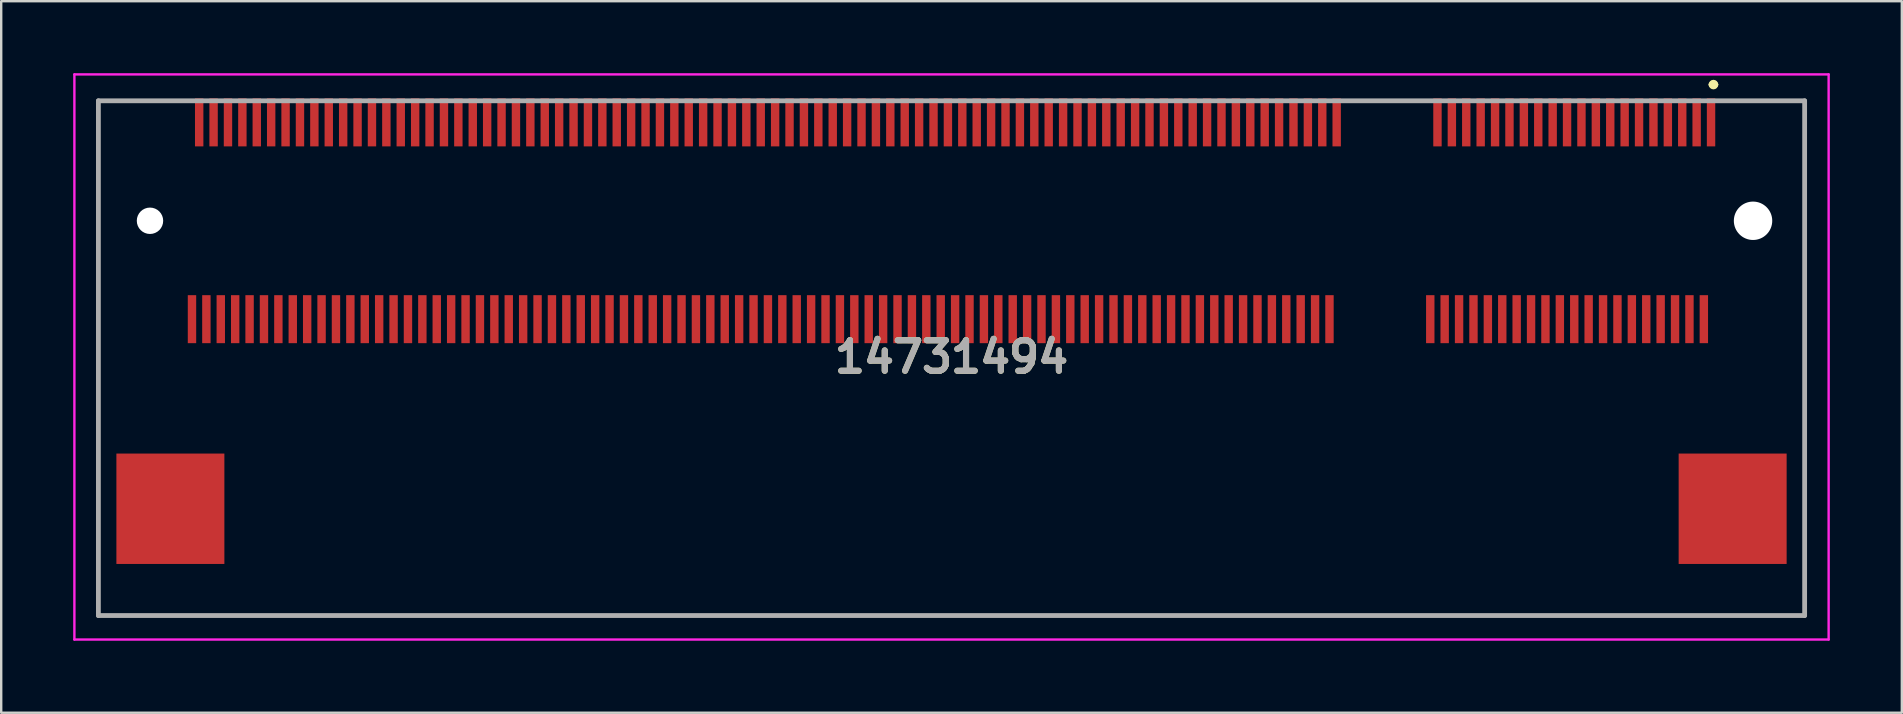
<source format=kicad_pcb>
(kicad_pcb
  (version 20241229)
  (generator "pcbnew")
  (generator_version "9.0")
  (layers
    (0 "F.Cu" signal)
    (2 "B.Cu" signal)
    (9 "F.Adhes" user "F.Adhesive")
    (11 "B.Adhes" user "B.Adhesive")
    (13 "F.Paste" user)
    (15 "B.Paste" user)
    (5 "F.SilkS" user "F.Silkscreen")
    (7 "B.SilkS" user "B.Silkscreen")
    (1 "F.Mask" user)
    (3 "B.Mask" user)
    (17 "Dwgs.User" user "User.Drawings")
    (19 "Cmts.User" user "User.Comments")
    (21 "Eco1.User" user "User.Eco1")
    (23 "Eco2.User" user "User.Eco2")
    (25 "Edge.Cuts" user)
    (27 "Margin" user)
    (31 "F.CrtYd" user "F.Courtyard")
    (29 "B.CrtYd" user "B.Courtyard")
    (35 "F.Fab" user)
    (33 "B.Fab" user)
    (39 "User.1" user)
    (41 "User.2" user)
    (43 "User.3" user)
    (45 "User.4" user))
  (footprint "14731494"
    (layer "F.Cu")
    (at 36.6 11.875)
    (property "Reference" "14731494" (at 0 -0.05 0) (layer "F.SilkS") (effects (font (size 1.27 1.27) (thickness 0.254))))
    (attr through_hole)
    (fp_line (start -35.55 -10.725) (end -33 -10.725) (stroke (width 0.1) (type solid)) (layer "F.SilkS"))
    (fp_line (start -35.55 10.725) (end -35.55 -10.725) (stroke (width 0.1) (type solid)) (layer "F.SilkS"))
    (fp_line (start 31.65 -11.4) (end 31.65 -11.4) (stroke (width 0.2) (type solid)) (layer "F.SilkS"))
    (fp_line (start 31.85 -11.4) (end 31.85 -11.4) (stroke (width 0.2) (type solid)) (layer "F.SilkS"))
    (fp_line (start 33 -10.725) (end 35.55 -10.725) (stroke (width 0.1) (type solid)) (layer "F.SilkS"))
    (fp_line (start 35.55 -10.725) (end 35.55 10.725) (stroke (width 0.1) (type solid)) (layer "F.SilkS"))
    (fp_line (start 35.55 10.725) (end -35.55 10.725) (stroke (width 0.1) (type solid)) (layer "F.SilkS"))
    (fp_arc (start 31.65 -11.4) (mid 31.75 -11.5) (end 31.85 -11.4) (stroke (width 0.2) (type solid)) (layer "F.SilkS"))
    (fp_arc (start 31.85 -11.4) (mid 31.75 -11.3) (end 31.65 -11.4) (stroke (width 0.2) (type solid)) (layer "F.SilkS"))
    (fp_line (start -36.55 -11.825) (end 36.55 -11.825) (stroke (width 0.1) (type solid)) (layer "F.CrtYd"))
    (fp_line (start -36.55 11.725) (end -36.55 -11.825) (stroke (width 0.1) (type solid)) (layer "F.CrtYd"))
    (fp_line (start 36.55 -11.825) (end 36.55 11.725) (stroke (width 0.1) (type solid)) (layer "F.CrtYd"))
    (fp_line (start 36.55 11.725) (end -36.55 11.725) (stroke (width 0.1) (type solid)) (layer "F.CrtYd"))
    (fp_line (start -35.55 -10.725) (end 35.55 -10.725) (stroke (width 0.2) (type solid)) (layer "F.Fab"))
    (fp_line (start -35.55 10.725) (end -35.55 -10.725) (stroke (width 0.2) (type solid)) (layer "F.Fab"))
    (fp_line (start 35.55 -10.725) (end 35.55 10.725) (stroke (width 0.2) (type solid)) (layer "F.Fab"))
    (fp_line (start 35.55 10.725) (end -35.55 10.725) (stroke (width 0.2) (type solid)) (layer "F.Fab"))
    (fp_text user "${REFERENCE}" (at 0 -0.05 0) (layer "F.Fab") (effects (font (size 1.27 1.27) (thickness 0.254))))
    (pad "" np_thru_hole circle (at -33.4 -5.725) (size 1.1 1.1) (drill 1.1) (layers "*.Cu" "*.Mask"))
    (pad "" np_thru_hole circle (at 33.4 -5.725) (size 1.6 1.6) (drill 1.6) (layers "*.Cu" "*.Mask"))
    (pad "1" smd rect (at 31.65 -9.825) (size 0.35 2) (layers "F.Cu" "F.Mask" "F.Paste"))
    (pad "2" smd rect (at 31.35 -1.625) (size 0.35 2) (layers "F.Cu" "F.Mask" "F.Paste"))
    (pad "3" smd rect (at 31.05 -9.825) (size 0.35 2) (layers "F.Cu" "F.Mask" "F.Paste"))
    (pad "4" smd rect (at 30.75 -1.625) (size 0.35 2) (layers "F.Cu" "F.Mask" "F.Paste"))
    (pad "5" smd rect (at 30.45 -9.825) (size 0.35 2) (layers "F.Cu" "F.Mask" "F.Paste"))
    (pad "6" smd rect (at 30.15 -1.625) (size 0.35 2) (layers "F.Cu" "F.Mask" "F.Paste"))
    (pad "7" smd rect (at 29.85 -9.825) (size 0.35 2) (layers "F.Cu" "F.Mask" "F.Paste"))
    (pad "8" smd rect (at 29.55 -1.625) (size 0.35 2) (layers "F.Cu" "F.Mask" "F.Paste"))
    (pad "9" smd rect (at 29.25 -9.825) (size 0.35 2) (layers "F.Cu" "F.Mask" "F.Paste"))
    (pad "10" smd rect (at 28.95 -1.625) (size 0.35 2) (layers "F.Cu" "F.Mask" "F.Paste"))
    (pad "11" smd rect (at 28.65 -9.825) (size 0.35 2) (layers "F.Cu" "F.Mask" "F.Paste"))
    (pad "12" smd rect (at 28.35 -1.625) (size 0.35 2) (layers "F.Cu" "F.Mask" "F.Paste"))
    (pad "13" smd rect (at 28.05 -9.825) (size 0.35 2) (layers "F.Cu" "F.Mask" "F.Paste"))
    (pad "14" smd rect (at 27.75 -1.625) (size 0.35 2) (layers "F.Cu" "F.Mask" "F.Paste"))
    (pad "15" smd rect (at 27.45 -9.825) (size 0.35 2) (layers "F.Cu" "F.Mask" "F.Paste"))
    (pad "16" smd rect (at 27.15 -1.625) (size 0.35 2) (layers "F.Cu" "F.Mask" "F.Paste"))
    (pad "17" smd rect (at 26.85 -9.825) (size 0.35 2) (layers "F.Cu" "F.Mask" "F.Paste"))
    (pad "18" smd rect (at 26.55 -1.625) (size 0.35 2) (layers "F.Cu" "F.Mask" "F.Paste"))
    (pad "19" smd rect (at 26.25 -9.825) (size 0.35 2) (layers "F.Cu" "F.Mask" "F.Paste"))
    (pad "20" smd rect (at 25.95 -1.625) (size 0.35 2) (layers "F.Cu" "F.Mask" "F.Paste"))
    (pad "21" smd rect (at 25.65 -9.825) (size 0.35 2) (layers "F.Cu" "F.Mask" "F.Paste"))
    (pad "22" smd rect (at 25.35 -1.625) (size 0.35 2) (layers "F.Cu" "F.Mask" "F.Paste"))
    (pad "23" smd rect (at 25.05 -9.825) (size 0.35 2) (layers "F.Cu" "F.Mask" "F.Paste"))
    (pad "24" smd rect (at 24.75 -1.625) (size 0.35 2) (layers "F.Cu" "F.Mask" "F.Paste"))
    (pad "25" smd rect (at 24.45 -9.825) (size 0.35 2) (layers "F.Cu" "F.Mask" "F.Paste"))
    (pad "26" smd rect (at 24.15 -1.625) (size 0.35 2) (layers "F.Cu" "F.Mask" "F.Paste"))
    (pad "27" smd rect (at 23.85 -9.825) (size 0.35 2) (layers "F.Cu" "F.Mask" "F.Paste"))
    (pad "28" smd rect (at 23.55 -1.625) (size 0.35 2) (layers "F.Cu" "F.Mask" "F.Paste"))
    (pad "29" smd rect (at 23.25 -9.825) (size 0.35 2) (layers "F.Cu" "F.Mask" "F.Paste"))
    (pad "30" smd rect (at 22.95 -1.625) (size 0.35 2) (layers "F.Cu" "F.Mask" "F.Paste"))
    (pad "31" smd rect (at 22.65 -9.825) (size 0.35 2) (layers "F.Cu" "F.Mask" "F.Paste"))
    (pad "32" smd rect (at 22.35 -1.625) (size 0.35 2) (layers "F.Cu" "F.Mask" "F.Paste"))
    (pad "33" smd rect (at 22.05 -9.825) (size 0.35 2) (layers "F.Cu" "F.Mask" "F.Paste"))
    (pad "34" smd rect (at 21.75 -1.625) (size 0.35 2) (layers "F.Cu" "F.Mask" "F.Paste"))
    (pad "35" smd rect (at 21.45 -9.825) (size 0.35 2) (layers "F.Cu" "F.Mask" "F.Paste"))
    (pad "36" smd rect (at 21.15 -1.625) (size 0.35 2) (layers "F.Cu" "F.Mask" "F.Paste"))
    (pad "37" smd rect (at 20.85 -9.825) (size 0.35 2) (layers "F.Cu" "F.Mask" "F.Paste"))
    (pad "38" smd rect (at 20.55 -1.625) (size 0.35 2) (layers "F.Cu" "F.Mask" "F.Paste"))
    (pad "39" smd rect (at 20.25 -9.825) (size 0.35 2) (layers "F.Cu" "F.Mask" "F.Paste"))
    (pad "40" smd rect (at 19.95 -1.625) (size 0.35 2) (layers "F.Cu" "F.Mask" "F.Paste"))
    (pad "41" smd rect (at 16.05 -9.825) (size 0.35 2) (layers "F.Cu" "F.Mask" "F.Paste"))
    (pad "42" smd rect (at 15.75 -1.625) (size 0.35 2) (layers "F.Cu" "F.Mask" "F.Paste"))
    (pad "43" smd rect (at 15.45 -9.825) (size 0.35 2) (layers "F.Cu" "F.Mask" "F.Paste"))
    (pad "44" smd rect (at 15.15 -1.625) (size 0.35 2) (layers "F.Cu" "F.Mask" "F.Paste"))
    (pad "45" smd rect (at 14.85 -9.825) (size 0.35 2) (layers "F.Cu" "F.Mask" "F.Paste"))
    (pad "46" smd rect (at 14.55 -1.625) (size 0.35 2) (layers "F.Cu" "F.Mask" "F.Paste"))
    (pad "47" smd rect (at 14.25 -9.825) (size 0.35 2) (layers "F.Cu" "F.Mask" "F.Paste"))
    (pad "48" smd rect (at 13.95 -1.625) (size 0.35 2) (layers "F.Cu" "F.Mask" "F.Paste"))
    (pad "49" smd rect (at 13.65 -9.825) (size 0.35 2) (layers "F.Cu" "F.Mask" "F.Paste"))
    (pad "50" smd rect (at 13.35 -1.625) (size 0.35 2) (layers "F.Cu" "F.Mask" "F.Paste"))
    (pad "51" smd rect (at 13.05 -9.825) (size 0.35 2) (layers "F.Cu" "F.Mask" "F.Paste"))
    (pad "52" smd rect (at 12.75 -1.625) (size 0.35 2) (layers "F.Cu" "F.Mask" "F.Paste"))
    (pad "53" smd rect (at 12.45 -9.825) (size 0.35 2) (layers "F.Cu" "F.Mask" "F.Paste"))
    (pad "54" smd rect (at 12.15 -1.625) (size 0.35 2) (layers "F.Cu" "F.Mask" "F.Paste"))
    (pad "55" smd rect (at 11.85 -9.825) (size 0.35 2) (layers "F.Cu" "F.Mask" "F.Paste"))
    (pad "56" smd rect (at 11.55 -1.625) (size 0.35 2) (layers "F.Cu" "F.Mask" "F.Paste"))
    (pad "57" smd rect (at 11.25 -9.825) (size 0.35 2) (layers "F.Cu" "F.Mask" "F.Paste"))
    (pad "58" smd rect (at 10.95 -1.625) (size 0.35 2) (layers "F.Cu" "F.Mask" "F.Paste"))
    (pad "59" smd rect (at 10.65 -9.825) (size 0.35 2) (layers "F.Cu" "F.Mask" "F.Paste"))
    (pad "60" smd rect (at 10.35 -1.625) (size 0.35 2) (layers "F.Cu" "F.Mask" "F.Paste"))
    (pad "61" smd rect (at 10.05 -9.825) (size 0.35 2) (layers "F.Cu" "F.Mask" "F.Paste"))
    (pad "62" smd rect (at 9.75 -1.625) (size 0.35 2) (layers "F.Cu" "F.Mask" "F.Paste"))
    (pad "63" smd rect (at 9.45 -9.825) (size 0.35 2) (layers "F.Cu" "F.Mask" "F.Paste"))
    (pad "64" smd rect (at 9.15 -1.625) (size 0.35 2) (layers "F.Cu" "F.Mask" "F.Paste"))
    (pad "65" smd rect (at 8.85 -9.825) (size 0.35 2) (layers "F.Cu" "F.Mask" "F.Paste"))
    (pad "66" smd rect (at 8.55 -1.625) (size 0.35 2) (layers "F.Cu" "F.Mask" "F.Paste"))
    (pad "67" smd rect (at 8.25 -9.825) (size 0.35 2) (layers "F.Cu" "F.Mask" "F.Paste"))
    (pad "68" smd rect (at 7.95 -1.625) (size 0.35 2) (layers "F.Cu" "F.Mask" "F.Paste"))
    (pad "69" smd rect (at 7.65 -9.825) (size 0.35 2) (layers "F.Cu" "F.Mask" "F.Paste"))
    (pad "70" smd rect (at 7.35 -1.625) (size 0.35 2) (layers "F.Cu" "F.Mask" "F.Paste"))
    (pad "71" smd rect (at 7.05 -9.825) (size 0.35 2) (layers "F.Cu" "F.Mask" "F.Paste"))
    (pad "72" smd rect (at 6.75 -1.625) (size 0.35 2) (layers "F.Cu" "F.Mask" "F.Paste"))
    (pad "73" smd rect (at 6.45 -9.825) (size 0.35 2) (layers "F.Cu" "F.Mask" "F.Paste"))
    (pad "74" smd rect (at 6.15 -1.625) (size 0.35 2) (layers "F.Cu" "F.Mask" "F.Paste"))
    (pad "75" smd rect (at 5.85 -9.825) (size 0.35 2) (layers "F.Cu" "F.Mask" "F.Paste"))
    (pad "76" smd rect (at 5.55 -1.625) (size 0.35 2) (layers "F.Cu" "F.Mask" "F.Paste"))
    (pad "77" smd rect (at 5.25 -9.825) (size 0.35 2) (layers "F.Cu" "F.Mask" "F.Paste"))
    (pad "78" smd rect (at 4.95 -1.625) (size 0.35 2) (layers "F.Cu" "F.Mask" "F.Paste"))
    (pad "79" smd rect (at 4.65 -9.825) (size 0.35 2) (layers "F.Cu" "F.Mask" "F.Paste"))
    (pad "80" smd rect (at 4.35 -1.625) (size 0.35 2) (layers "F.Cu" "F.Mask" "F.Paste"))
    (pad "81" smd rect (at 4.05 -9.825) (size 0.35 2) (layers "F.Cu" "F.Mask" "F.Paste"))
    (pad "82" smd rect (at 3.75 -1.625) (size 0.35 2) (layers "F.Cu" "F.Mask" "F.Paste"))
    (pad "83" smd rect (at 3.45 -9.825) (size 0.35 2) (layers "F.Cu" "F.Mask" "F.Paste"))
    (pad "84" smd rect (at 3.15 -1.625) (size 0.35 2) (layers "F.Cu" "F.Mask" "F.Paste"))
    (pad "85" smd rect (at 2.85 -9.825) (size 0.35 2) (layers "F.Cu" "F.Mask" "F.Paste"))
    (pad "86" smd rect (at 2.55 -1.625) (size 0.35 2) (layers "F.Cu" "F.Mask" "F.Paste"))
    (pad "87" smd rect (at 2.25 -9.825) (size 0.35 2) (layers "F.Cu" "F.Mask" "F.Paste"))
    (pad "88" smd rect (at 1.95 -1.625) (size 0.35 2) (layers "F.Cu" "F.Mask" "F.Paste"))
    (pad "89" smd rect (at 1.65 -9.825) (size 0.35 2) (layers "F.Cu" "F.Mask" "F.Paste"))
    (pad "90" smd rect (at 1.35 -1.625) (size 0.35 2) (layers "F.Cu" "F.Mask" "F.Paste"))
    (pad "91" smd rect (at 1.05 -9.825) (size 0.35 2) (layers "F.Cu" "F.Mask" "F.Paste"))
    (pad "92" smd rect (at 0.75 -1.625) (size 0.35 2) (layers "F.Cu" "F.Mask" "F.Paste"))
    (pad "93" smd rect (at 0.45 -9.825) (size 0.35 2) (layers "F.Cu" "F.Mask" "F.Paste"))
    (pad "94" smd rect (at 0.15 -1.625) (size 0.35 2) (layers "F.Cu" "F.Mask" "F.Paste"))
    (pad "95" smd rect (at -0.15 -9.825) (size 0.35 2) (layers "F.Cu" "F.Mask" "F.Paste"))
    (pad "96" smd rect (at -0.45 -1.625) (size 0.35 2) (layers "F.Cu" "F.Mask" "F.Paste"))
    (pad "97" smd rect (at -0.75 -9.825) (size 0.35 2) (layers "F.Cu" "F.Mask" "F.Paste"))
    (pad "98" smd rect (at -1.05 -1.625) (size 0.35 2) (layers "F.Cu" "F.Mask" "F.Paste"))
    (pad "99" smd rect (at -1.35 -9.825) (size 0.35 2) (layers "F.Cu" "F.Mask" "F.Paste"))
    (pad "100" smd rect (at -1.65 -1.625) (size 0.35 2) (layers "F.Cu" "F.Mask" "F.Paste"))
    (pad "101" smd rect (at -1.95 -9.825) (size 0.35 2) (layers "F.Cu" "F.Mask" "F.Paste"))
    (pad "102" smd rect (at -2.25 -1.625) (size 0.35 2) (layers "F.Cu" "F.Mask" "F.Paste"))
    (pad "103" smd rect (at -2.55 -9.825) (size 0.35 2) (layers "F.Cu" "F.Mask" "F.Paste"))
    (pad "104" smd rect (at -2.85 -1.625) (size 0.35 2) (layers "F.Cu" "F.Mask" "F.Paste"))
    (pad "105" smd rect (at -3.15 -9.825) (size 0.35 2) (layers "F.Cu" "F.Mask" "F.Paste"))
    (pad "106" smd rect (at -3.45 -1.625) (size 0.35 2) (layers "F.Cu" "F.Mask" "F.Paste"))
    (pad "107" smd rect (at -3.75 -9.825) (size 0.35 2) (layers "F.Cu" "F.Mask" "F.Paste"))
    (pad "108" smd rect (at -4.05 -1.625) (size 0.35 2) (layers "F.Cu" "F.Mask" "F.Paste"))
    (pad "109" smd rect (at -4.35 -9.825) (size 0.35 2) (layers "F.Cu" "F.Mask" "F.Paste"))
    (pad "110" smd rect (at -4.65 -1.625) (size 0.35 2) (layers "F.Cu" "F.Mask" "F.Paste"))
    (pad "111" smd rect (at -4.95 -9.825) (size 0.35 2) (layers "F.Cu" "F.Mask" "F.Paste"))
    (pad "112" smd rect (at -5.25 -1.625) (size 0.35 2) (layers "F.Cu" "F.Mask" "F.Paste"))
    (pad "113" smd rect (at -5.55 -9.825) (size 0.35 2) (layers "F.Cu" "F.Mask" "F.Paste"))
    (pad "114" smd rect (at -5.85 -1.625) (size 0.35 2) (layers "F.Cu" "F.Mask" "F.Paste"))
    (pad "115" smd rect (at -6.15 -9.825) (size 0.35 2) (layers "F.Cu" "F.Mask" "F.Paste"))
    (pad "116" smd rect (at -6.45 -1.625) (size 0.35 2) (layers "F.Cu" "F.Mask" "F.Paste"))
    (pad "117" smd rect (at -6.75 -9.825) (size 0.35 2) (layers "F.Cu" "F.Mask" "F.Paste"))
    (pad "118" smd rect (at -7.05 -1.625) (size 0.35 2) (layers "F.Cu" "F.Mask" "F.Paste"))
    (pad "119" smd rect (at -7.35 -9.825) (size 0.35 2) (layers "F.Cu" "F.Mask" "F.Paste"))
    (pad "120" smd rect (at -7.65 -1.625) (size 0.35 2) (layers "F.Cu" "F.Mask" "F.Paste"))
    (pad "121" smd rect (at -7.95 -9.825) (size 0.35 2) (layers "F.Cu" "F.Mask" "F.Paste"))
    (pad "122" smd rect (at -8.25 -1.625) (size 0.35 2) (layers "F.Cu" "F.Mask" "F.Paste"))
    (pad "123" smd rect (at -8.55 -9.825) (size 0.35 2) (layers "F.Cu" "F.Mask" "F.Paste"))
    (pad "124" smd rect (at -8.85 -1.625) (size 0.35 2) (layers "F.Cu" "F.Mask" "F.Paste"))
    (pad "125" smd rect (at -9.15 -9.825) (size 0.35 2) (layers "F.Cu" "F.Mask" "F.Paste"))
    (pad "126" smd rect (at -9.45 -1.625) (size 0.35 2) (layers "F.Cu" "F.Mask" "F.Paste"))
    (pad "127" smd rect (at -9.75 -9.825) (size 0.35 2) (layers "F.Cu" "F.Mask" "F.Paste"))
    (pad "128" smd rect (at -10.05 -1.625) (size 0.35 2) (layers "F.Cu" "F.Mask" "F.Paste"))
    (pad "129" smd rect (at -10.35 -9.825) (size 0.35 2) (layers "F.Cu" "F.Mask" "F.Paste"))
    (pad "130" smd rect (at -10.65 -1.625) (size 0.35 2) (layers "F.Cu" "F.Mask" "F.Paste"))
    (pad "131" smd rect (at -10.95 -9.825) (size 0.35 2) (layers "F.Cu" "F.Mask" "F.Paste"))
    (pad "132" smd rect (at -11.25 -1.625) (size 0.35 2) (layers "F.Cu" "F.Mask" "F.Paste"))
    (pad "133" smd rect (at -11.55 -9.825) (size 0.35 2) (layers "F.Cu" "F.Mask" "F.Paste"))
    (pad "134" smd rect (at -11.85 -1.625) (size 0.35 2) (layers "F.Cu" "F.Mask" "F.Paste"))
    (pad "135" smd rect (at -12.15 -9.825) (size 0.35 2) (layers "F.Cu" "F.Mask" "F.Paste"))
    (pad "136" smd rect (at -12.45 -1.625) (size 0.35 2) (layers "F.Cu" "F.Mask" "F.Paste"))
    (pad "137" smd rect (at -12.75 -9.825) (size 0.35 2) (layers "F.Cu" "F.Mask" "F.Paste"))
    (pad "138" smd rect (at -13.05 -1.625) (size 0.35 2) (layers "F.Cu" "F.Mask" "F.Paste"))
    (pad "139" smd rect (at -13.35 -9.825) (size 0.35 2) (layers "F.Cu" "F.Mask" "F.Paste"))
    (pad "140" smd rect (at -13.65 -1.625) (size 0.35 2) (layers "F.Cu" "F.Mask" "F.Paste"))
    (pad "141" smd rect (at -13.95 -9.825) (size 0.35 2) (layers "F.Cu" "F.Mask" "F.Paste"))
    (pad "142" smd rect (at -14.25 -1.625) (size 0.35 2) (layers "F.Cu" "F.Mask" "F.Paste"))
    (pad "143" smd rect (at -14.55 -9.825) (size 0.35 2) (layers "F.Cu" "F.Mask" "F.Paste"))
    (pad "144" smd rect (at -14.85 -1.625) (size 0.35 2) (layers "F.Cu" "F.Mask" "F.Paste"))
    (pad "145" smd rect (at -15.15 -9.825) (size 0.35 2) (layers "F.Cu" "F.Mask" "F.Paste"))
    (pad "146" smd rect (at -15.45 -1.625) (size 0.35 2) (layers "F.Cu" "F.Mask" "F.Paste"))
    (pad "147" smd rect (at -15.75 -9.825) (size 0.35 2) (layers "F.Cu" "F.Mask" "F.Paste"))
    (pad "148" smd rect (at -16.05 -1.625) (size 0.35 2) (layers "F.Cu" "F.Mask" "F.Paste"))
    (pad "149" smd rect (at -16.35 -9.825) (size 0.35 2) (layers "F.Cu" "F.Mask" "F.Paste"))
    (pad "150" smd rect (at -16.65 -1.625) (size 0.35 2) (layers "F.Cu" "F.Mask" "F.Paste"))
    (pad "151" smd rect (at -16.95 -9.825) (size 0.35 2) (layers "F.Cu" "F.Mask" "F.Paste"))
    (pad "152" smd rect (at -17.25 -1.625) (size 0.35 2) (layers "F.Cu" "F.Mask" "F.Paste"))
    (pad "153" smd rect (at -17.55 -9.825) (size 0.35 2) (layers "F.Cu" "F.Mask" "F.Paste"))
    (pad "154" smd rect (at -17.85 -1.625) (size 0.35 2) (layers "F.Cu" "F.Mask" "F.Paste"))
    (pad "155" smd rect (at -18.15 -9.825) (size 0.35 2) (layers "F.Cu" "F.Mask" "F.Paste"))
    (pad "156" smd rect (at -18.45 -1.625) (size 0.35 2) (layers "F.Cu" "F.Mask" "F.Paste"))
    (pad "157" smd rect (at -18.75 -9.825) (size 0.35 2) (layers "F.Cu" "F.Mask" "F.Paste"))
    (pad "158" smd rect (at -19.05 -1.625) (size 0.35 2) (layers "F.Cu" "F.Mask" "F.Paste"))
    (pad "159" smd rect (at -19.35 -9.825) (size 0.35 2) (layers "F.Cu" "F.Mask" "F.Paste"))
    (pad "160" smd rect (at -19.65 -1.625) (size 0.35 2) (layers "F.Cu" "F.Mask" "F.Paste"))
    (pad "161" smd rect (at -19.95 -9.825) (size 0.35 2) (layers "F.Cu" "F.Mask" "F.Paste"))
    (pad "162" smd rect (at -20.25 -1.625) (size 0.35 2) (layers "F.Cu" "F.Mask" "F.Paste"))
    (pad "163" smd rect (at -20.55 -9.825) (size 0.35 2) (layers "F.Cu" "F.Mask" "F.Paste"))
    (pad "164" smd rect (at -20.85 -1.625) (size 0.35 2) (layers "F.Cu" "F.Mask" "F.Paste"))
    (pad "165" smd rect (at -21.15 -9.825) (size 0.35 2) (layers "F.Cu" "F.Mask" "F.Paste"))
    (pad "166" smd rect (at -21.45 -1.625) (size 0.35 2) (layers "F.Cu" "F.Mask" "F.Paste"))
    (pad "167" smd rect (at -21.75 -9.825) (size 0.35 2) (layers "F.Cu" "F.Mask" "F.Paste"))
    (pad "168" smd rect (at -22.05 -1.625) (size 0.35 2) (layers "F.Cu" "F.Mask" "F.Paste"))
    (pad "169" smd rect (at -22.35 -9.825) (size 0.35 2) (layers "F.Cu" "F.Mask" "F.Paste"))
    (pad "170" smd rect (at -22.65 -1.625) (size 0.35 2) (layers "F.Cu" "F.Mask" "F.Paste"))
    (pad "171" smd rect (at -22.95 -9.825) (size 0.35 2) (layers "F.Cu" "F.Mask" "F.Paste"))
    (pad "172" smd rect (at -23.25 -1.625) (size 0.35 2) (layers "F.Cu" "F.Mask" "F.Paste"))
    (pad "173" smd rect (at -23.55 -9.825) (size 0.35 2) (layers "F.Cu" "F.Mask" "F.Paste"))
    (pad "174" smd rect (at -23.85 -1.625) (size 0.35 2) (layers "F.Cu" "F.Mask" "F.Paste"))
    (pad "175" smd rect (at -24.15 -9.825) (size 0.35 2) (layers "F.Cu" "F.Mask" "F.Paste"))
    (pad "176" smd rect (at -24.45 -1.625) (size 0.35 2) (layers "F.Cu" "F.Mask" "F.Paste"))
    (pad "177" smd rect (at -24.75 -9.825) (size 0.35 2) (layers "F.Cu" "F.Mask" "F.Paste"))
    (pad "178" smd rect (at -25.05 -1.625) (size 0.35 2) (layers "F.Cu" "F.Mask" "F.Paste"))
    (pad "179" smd rect (at -25.35 -9.825) (size 0.35 2) (layers "F.Cu" "F.Mask" "F.Paste"))
    (pad "180" smd rect (at -25.65 -1.625) (size 0.35 2) (layers "F.Cu" "F.Mask" "F.Paste"))
    (pad "181" smd rect (at -25.95 -9.825) (size 0.35 2) (layers "F.Cu" "F.Mask" "F.Paste"))
    (pad "182" smd rect (at -26.25 -1.625) (size 0.35 2) (layers "F.Cu" "F.Mask" "F.Paste"))
    (pad "183" smd rect (at -26.55 -9.825) (size 0.35 2) (layers "F.Cu" "F.Mask" "F.Paste"))
    (pad "184" smd rect (at -26.85 -1.625) (size 0.35 2) (layers "F.Cu" "F.Mask" "F.Paste"))
    (pad "185" smd rect (at -27.15 -9.825) (size 0.35 2) (layers "F.Cu" "F.Mask" "F.Paste"))
    (pad "186" smd rect (at -27.45 -1.625) (size 0.35 2) (layers "F.Cu" "F.Mask" "F.Paste"))
    (pad "187" smd rect (at -27.75 -9.825) (size 0.35 2) (layers "F.Cu" "F.Mask" "F.Paste"))
    (pad "188" smd rect (at -28.05 -1.625) (size 0.35 2) (layers "F.Cu" "F.Mask" "F.Paste"))
    (pad "189" smd rect (at -28.35 -9.825) (size 0.35 2) (layers "F.Cu" "F.Mask" "F.Paste"))
    (pad "190" smd rect (at -28.65 -1.625) (size 0.35 2) (layers "F.Cu" "F.Mask" "F.Paste"))
    (pad "191" smd rect (at -28.95 -9.825) (size 0.35 2) (layers "F.Cu" "F.Mask" "F.Paste"))
    (pad "192" smd rect (at -29.25 -1.625) (size 0.35 2) (layers "F.Cu" "F.Mask" "F.Paste"))
    (pad "193" smd rect (at -29.55 -9.825) (size 0.35 2) (layers "F.Cu" "F.Mask" "F.Paste"))
    (pad "194" smd rect (at -29.85 -1.625) (size 0.35 2) (layers "F.Cu" "F.Mask" "F.Paste"))
    (pad "195" smd rect (at -30.15 -9.825) (size 0.35 2) (layers "F.Cu" "F.Mask" "F.Paste"))
    (pad "196" smd rect (at -30.45 -1.625) (size 0.35 2) (layers "F.Cu" "F.Mask" "F.Paste"))
    (pad "197" smd rect (at -30.75 -9.825) (size 0.35 2) (layers "F.Cu" "F.Mask" "F.Paste"))
    (pad "198" smd rect (at -31.05 -1.625) (size 0.35 2) (layers "F.Cu" "F.Mask" "F.Paste"))
    (pad "199" smd rect (at -31.35 -9.825) (size 0.35 2) (layers "F.Cu" "F.Mask" "F.Paste"))
    (pad "200" smd rect (at -31.65 -1.625) (size 0.35 2) (layers "F.Cu" "F.Mask" "F.Paste"))
    (pad "MP1" smd rect (at 32.55 6.275) (size 4.5 4.6) (layers "F.Cu" "F.Mask" "F.Paste"))
    (pad "MP2" smd rect (at -32.55 6.275) (size 4.5 4.6) (layers "F.Cu" "F.Mask" "F.Paste")))
  (gr_rect
    (start -3 -3)
    (end 76.2 26.65)
    (stroke (width 0.1) (type default))
    (fill no)
    (layer "Edge.Cuts")))
</source>
